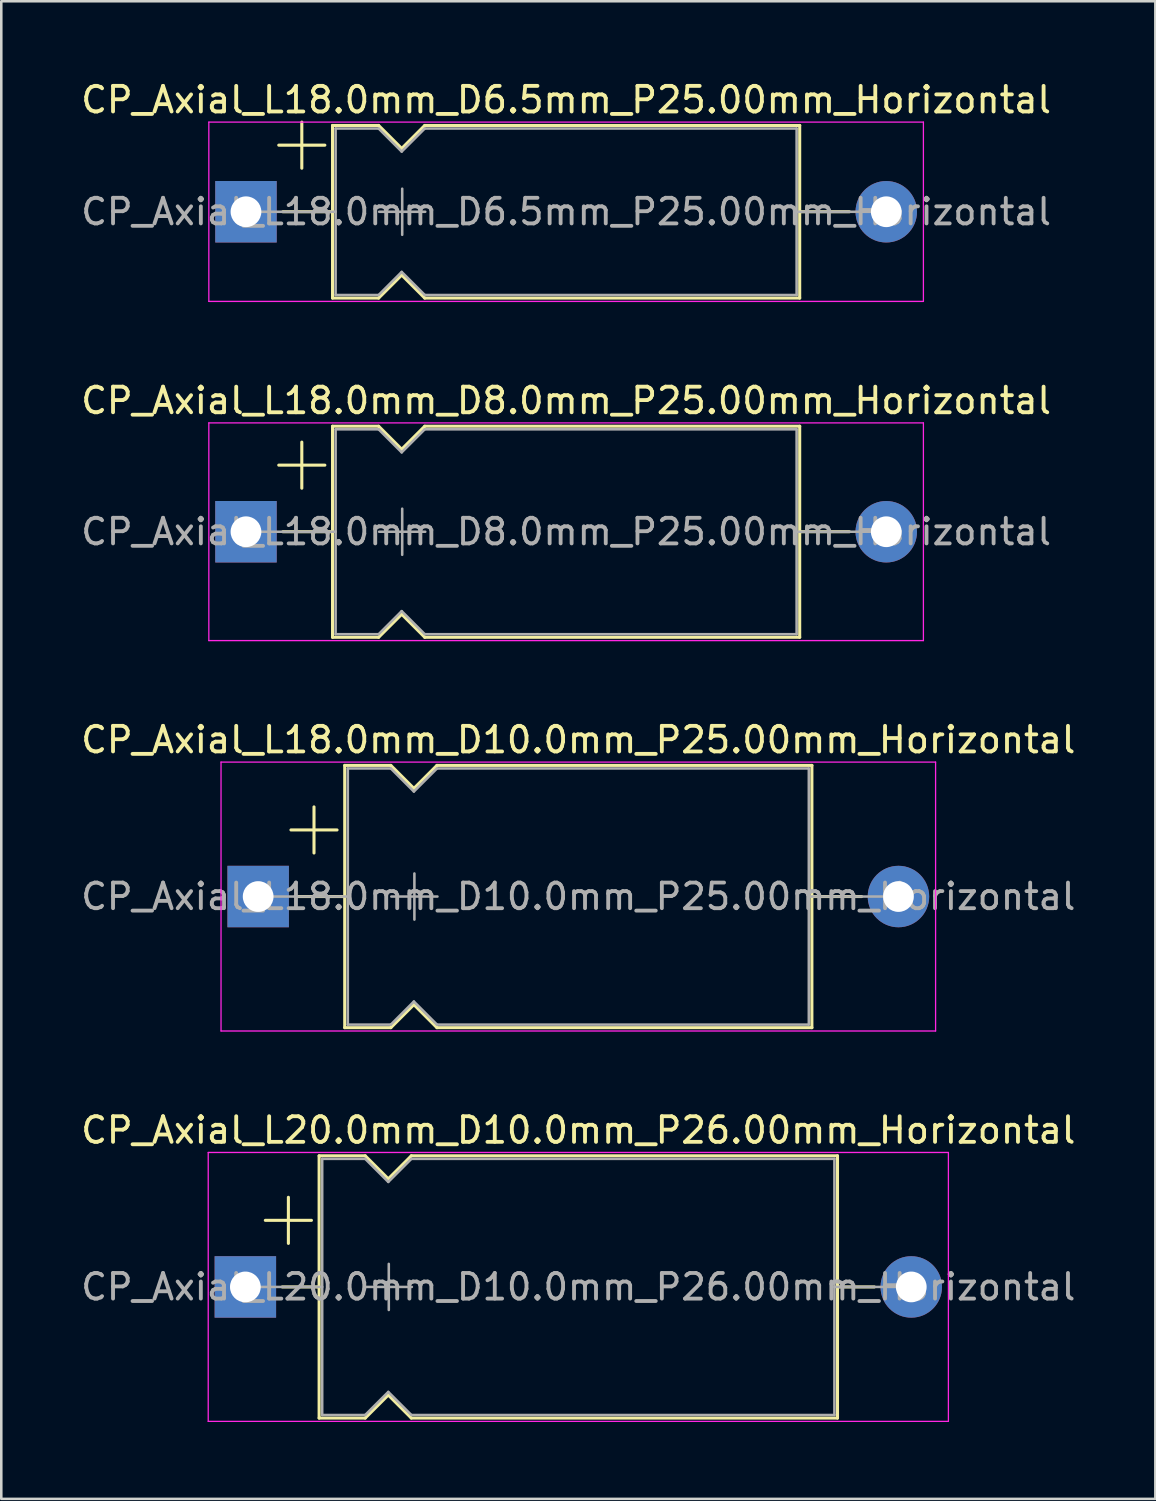
<source format=kicad_pcb>
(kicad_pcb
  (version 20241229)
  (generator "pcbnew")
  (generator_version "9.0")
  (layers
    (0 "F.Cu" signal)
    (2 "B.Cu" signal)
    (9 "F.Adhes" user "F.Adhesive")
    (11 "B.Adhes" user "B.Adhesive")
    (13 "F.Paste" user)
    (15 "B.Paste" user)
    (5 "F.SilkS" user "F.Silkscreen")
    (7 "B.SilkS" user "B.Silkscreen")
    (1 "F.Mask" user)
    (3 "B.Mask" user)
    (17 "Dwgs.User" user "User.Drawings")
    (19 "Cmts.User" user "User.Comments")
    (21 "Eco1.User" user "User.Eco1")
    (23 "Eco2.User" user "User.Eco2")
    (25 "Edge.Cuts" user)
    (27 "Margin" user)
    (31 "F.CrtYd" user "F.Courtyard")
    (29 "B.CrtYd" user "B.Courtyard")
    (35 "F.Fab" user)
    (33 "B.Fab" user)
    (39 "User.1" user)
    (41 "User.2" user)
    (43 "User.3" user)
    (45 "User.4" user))
  (footprint "CP_Axial_L18.0mm_D10.0mm_P25.00mm_Horizontal"
    (layer "F.Cu")
    (at 7.03 31.955)
    (property "Reference" "CP_Axial_L18.0mm_D10.0mm_P25.00mm_Horizontal" (at 12.5 -6.12 0) (layer "F.SilkS") (effects (font (size 1 1) (thickness 0.15))))
    (attr through_hole)
    (fp_line (start 1.28 -2.6) (end 3.08 -2.6) (stroke (width 0.12) (type solid)) (layer "F.SilkS"))
    (fp_line (start 1.44 0) (end 3.38 0) (stroke (width 0.12) (type solid)) (layer "F.SilkS"))
    (fp_line (start 2.18 -3.5) (end 2.18 -1.7) (stroke (width 0.12) (type solid)) (layer "F.SilkS"))
    (fp_line (start 3.38 -5.12) (end 3.38 5.12) (stroke (width 0.12) (type solid)) (layer "F.SilkS"))
    (fp_line (start 3.38 -5.12) (end 5.18 -5.12) (stroke (width 0.12) (type solid)) (layer "F.SilkS"))
    (fp_line (start 3.38 5.12) (end 5.18 5.12) (stroke (width 0.12) (type solid)) (layer "F.SilkS"))
    (fp_line (start 5.18 -5.12) (end 6.08 -4.22) (stroke (width 0.12) (type solid)) (layer "F.SilkS"))
    (fp_line (start 5.18 5.12) (end 6.08 4.22) (stroke (width 0.12) (type solid)) (layer "F.SilkS"))
    (fp_line (start 6.08 -4.22) (end 6.98 -5.12) (stroke (width 0.12) (type solid)) (layer "F.SilkS"))
    (fp_line (start 6.08 4.22) (end 6.98 5.12) (stroke (width 0.12) (type solid)) (layer "F.SilkS"))
    (fp_line (start 6.98 -5.12) (end 21.62 -5.12) (stroke (width 0.12) (type solid)) (layer "F.SilkS"))
    (fp_line (start 6.98 5.12) (end 21.62 5.12) (stroke (width 0.12) (type solid)) (layer "F.SilkS"))
    (fp_line (start 21.62 -5.12) (end 21.62 5.12) (stroke (width 0.12) (type solid)) (layer "F.SilkS"))
    (fp_line (start 23.56 0) (end 21.62 0) (stroke (width 0.12) (type solid)) (layer "F.SilkS"))
    (fp_line (start -1.45 -5.25) (end -1.45 5.25) (stroke (width 0.05) (type solid)) (layer "F.CrtYd"))
    (fp_line (start -1.45 5.25) (end 26.45 5.25) (stroke (width 0.05) (type solid)) (layer "F.CrtYd"))
    (fp_line (start 26.45 -5.25) (end -1.45 -5.25) (stroke (width 0.05) (type solid)) (layer "F.CrtYd"))
    (fp_line (start 26.45 5.25) (end 26.45 -5.25) (stroke (width 0.05) (type solid)) (layer "F.CrtYd"))
    (fp_line (start 0 0) (end 3.5 0) (stroke (width 0.1) (type solid)) (layer "F.Fab"))
    (fp_line (start 3.5 -5) (end 3.5 5) (stroke (width 0.1) (type solid)) (layer "F.Fab"))
    (fp_line (start 3.5 -5) (end 5.18 -5) (stroke (width 0.1) (type solid)) (layer "F.Fab"))
    (fp_line (start 3.5 5) (end 5.18 5) (stroke (width 0.1) (type solid)) (layer "F.Fab"))
    (fp_line (start 5.18 -5) (end 6.08 -4.1) (stroke (width 0.1) (type solid)) (layer "F.Fab"))
    (fp_line (start 5.18 5) (end 6.08 4.1) (stroke (width 0.1) (type solid)) (layer "F.Fab"))
    (fp_line (start 5.2 0) (end 7 0) (stroke (width 0.1) (type solid)) (layer "F.Fab"))
    (fp_line (start 6.08 -4.1) (end 6.98 -5) (stroke (width 0.1) (type solid)) (layer "F.Fab"))
    (fp_line (start 6.08 4.1) (end 6.98 5) (stroke (width 0.1) (type solid)) (layer "F.Fab"))
    (fp_line (start 6.1 -0.9) (end 6.1 0.9) (stroke (width 0.1) (type solid)) (layer "F.Fab"))
    (fp_line (start 6.98 -5) (end 21.5 -5) (stroke (width 0.1) (type solid)) (layer "F.Fab"))
    (fp_line (start 6.98 5) (end 21.5 5) (stroke (width 0.1) (type solid)) (layer "F.Fab"))
    (fp_line (start 21.5 -5) (end 21.5 5) (stroke (width 0.1) (type solid)) (layer "F.Fab"))
    (fp_line (start 25 0) (end 21.5 0) (stroke (width 0.1) (type solid)) (layer "F.Fab"))
    (fp_text user "${REFERENCE}" (at 12.5 0 0) (layer "F.Fab") (effects (font (size 1 1) (thickness 0.15))))
    (pad "1" thru_hole rect (at 0 0) (size 2.4 2.4) (drill 1.2) (layers "*.Cu" "*.Mask"))
    (pad "2" thru_hole oval (at 25 0) (size 2.4 2.4) (drill 1.2) (layers "*.Cu" "*.Mask")))
  (footprint "CP_Axial_L20.0mm_D10.0mm_P26.00mm_Horizontal"
    (layer "F.Cu")
    (at 6.53 47.198)
    (property "Reference" "CP_Axial_L20.0mm_D10.0mm_P26.00mm_Horizontal" (at 13 -6.12 0) (layer "F.SilkS") (effects (font (size 1 1) (thickness 0.15))))
    (attr through_hole)
    (fp_line (start 0.78 -2.6) (end 2.58 -2.6) (stroke (width 0.12) (type solid)) (layer "F.SilkS"))
    (fp_line (start 1.44 0) (end 2.88 0) (stroke (width 0.12) (type solid)) (layer "F.SilkS"))
    (fp_line (start 1.68 -3.5) (end 1.68 -1.7) (stroke (width 0.12) (type solid)) (layer "F.SilkS"))
    (fp_line (start 2.88 -5.12) (end 2.88 5.12) (stroke (width 0.12) (type solid)) (layer "F.SilkS"))
    (fp_line (start 2.88 -5.12) (end 4.68 -5.12) (stroke (width 0.12) (type solid)) (layer "F.SilkS"))
    (fp_line (start 2.88 5.12) (end 4.68 5.12) (stroke (width 0.12) (type solid)) (layer "F.SilkS"))
    (fp_line (start 4.68 -5.12) (end 5.58 -4.22) (stroke (width 0.12) (type solid)) (layer "F.SilkS"))
    (fp_line (start 4.68 5.12) (end 5.58 4.22) (stroke (width 0.12) (type solid)) (layer "F.SilkS"))
    (fp_line (start 5.58 -4.22) (end 6.48 -5.12) (stroke (width 0.12) (type solid)) (layer "F.SilkS"))
    (fp_line (start 5.58 4.22) (end 6.48 5.12) (stroke (width 0.12) (type solid)) (layer "F.SilkS"))
    (fp_line (start 6.48 -5.12) (end 23.12 -5.12) (stroke (width 0.12) (type solid)) (layer "F.SilkS"))
    (fp_line (start 6.48 5.12) (end 23.12 5.12) (stroke (width 0.12) (type solid)) (layer "F.SilkS"))
    (fp_line (start 23.12 -5.12) (end 23.12 5.12) (stroke (width 0.12) (type solid)) (layer "F.SilkS"))
    (fp_line (start 24.56 0) (end 23.12 0) (stroke (width 0.12) (type solid)) (layer "F.SilkS"))
    (fp_line (start -1.45 -5.25) (end -1.45 5.25) (stroke (width 0.05) (type solid)) (layer "F.CrtYd"))
    (fp_line (start -1.45 5.25) (end 27.45 5.25) (stroke (width 0.05) (type solid)) (layer "F.CrtYd"))
    (fp_line (start 27.45 -5.25) (end -1.45 -5.25) (stroke (width 0.05) (type solid)) (layer "F.CrtYd"))
    (fp_line (start 27.45 5.25) (end 27.45 -5.25) (stroke (width 0.05) (type solid)) (layer "F.CrtYd"))
    (fp_line (start 0 0) (end 3 0) (stroke (width 0.1) (type solid)) (layer "F.Fab"))
    (fp_line (start 3 -5) (end 3 5) (stroke (width 0.1) (type solid)) (layer "F.Fab"))
    (fp_line (start 3 -5) (end 4.68 -5) (stroke (width 0.1) (type solid)) (layer "F.Fab"))
    (fp_line (start 3 5) (end 4.68 5) (stroke (width 0.1) (type solid)) (layer "F.Fab"))
    (fp_line (start 4.68 -5) (end 5.58 -4.1) (stroke (width 0.1) (type solid)) (layer "F.Fab"))
    (fp_line (start 4.68 5) (end 5.58 4.1) (stroke (width 0.1) (type solid)) (layer "F.Fab"))
    (fp_line (start 4.7 0) (end 6.5 0) (stroke (width 0.1) (type solid)) (layer "F.Fab"))
    (fp_line (start 5.58 -4.1) (end 6.48 -5) (stroke (width 0.1) (type solid)) (layer "F.Fab"))
    (fp_line (start 5.58 4.1) (end 6.48 5) (stroke (width 0.1) (type solid)) (layer "F.Fab"))
    (fp_line (start 5.6 -0.9) (end 5.6 0.9) (stroke (width 0.1) (type solid)) (layer "F.Fab"))
    (fp_line (start 6.48 -5) (end 23 -5) (stroke (width 0.1) (type solid)) (layer "F.Fab"))
    (fp_line (start 6.48 5) (end 23 5) (stroke (width 0.1) (type solid)) (layer "F.Fab"))
    (fp_line (start 23 -5) (end 23 5) (stroke (width 0.1) (type solid)) (layer "F.Fab"))
    (fp_line (start 26 0) (end 23 0) (stroke (width 0.1) (type solid)) (layer "F.Fab"))
    (fp_text user "${REFERENCE}" (at 13 0 0) (layer "F.Fab") (effects (font (size 1 1) (thickness 0.15))))
    (pad "1" thru_hole rect (at 0 0) (size 2.4 2.4) (drill 1.2) (layers "*.Cu" "*.Mask"))
    (pad "2" thru_hole oval (at 26 0) (size 2.4 2.4) (drill 1.2) (layers "*.Cu" "*.Mask")))
  (footprint "CP_Axial_L18.0mm_D6.5mm_P25.00mm_Horizontal"
    (layer "F.Cu")
    (at 6.554 5.218)
    (property "Reference" "CP_Axial_L18.0mm_D6.5mm_P25.00mm_Horizontal" (at 12.5 -4.37 0) (layer "F.SilkS") (effects (font (size 1 1) (thickness 0.15))))
    (attr through_hole)
    (fp_line (start 1.28 -2.6) (end 3.08 -2.6) (stroke (width 0.12) (type solid)) (layer "F.SilkS"))
    (fp_line (start 1.44 0) (end 3.38 0) (stroke (width 0.12) (type solid)) (layer "F.SilkS"))
    (fp_line (start 2.18 -3.5) (end 2.18 -1.7) (stroke (width 0.12) (type solid)) (layer "F.SilkS"))
    (fp_line (start 3.38 -3.37) (end 3.38 3.37) (stroke (width 0.12) (type solid)) (layer "F.SilkS"))
    (fp_line (start 3.38 -3.37) (end 5.18 -3.37) (stroke (width 0.12) (type solid)) (layer "F.SilkS"))
    (fp_line (start 3.38 3.37) (end 5.18 3.37) (stroke (width 0.12) (type solid)) (layer "F.SilkS"))
    (fp_line (start 5.18 -3.37) (end 6.08 -2.47) (stroke (width 0.12) (type solid)) (layer "F.SilkS"))
    (fp_line (start 5.18 3.37) (end 6.08 2.47) (stroke (width 0.12) (type solid)) (layer "F.SilkS"))
    (fp_line (start 6.08 -2.47) (end 6.98 -3.37) (stroke (width 0.12) (type solid)) (layer "F.SilkS"))
    (fp_line (start 6.08 2.47) (end 6.98 3.37) (stroke (width 0.12) (type solid)) (layer "F.SilkS"))
    (fp_line (start 6.98 -3.37) (end 21.62 -3.37) (stroke (width 0.12) (type solid)) (layer "F.SilkS"))
    (fp_line (start 6.98 3.37) (end 21.62 3.37) (stroke (width 0.12) (type solid)) (layer "F.SilkS"))
    (fp_line (start 21.62 -3.37) (end 21.62 3.37) (stroke (width 0.12) (type solid)) (layer "F.SilkS"))
    (fp_line (start 23.56 0) (end 21.62 0) (stroke (width 0.12) (type solid)) (layer "F.SilkS"))
    (fp_line (start -1.45 -3.5) (end -1.45 3.5) (stroke (width 0.05) (type solid)) (layer "F.CrtYd"))
    (fp_line (start -1.45 3.5) (end 26.45 3.5) (stroke (width 0.05) (type solid)) (layer "F.CrtYd"))
    (fp_line (start 26.45 -3.5) (end -1.45 -3.5) (stroke (width 0.05) (type solid)) (layer "F.CrtYd"))
    (fp_line (start 26.45 3.5) (end 26.45 -3.5) (stroke (width 0.05) (type solid)) (layer "F.CrtYd"))
    (fp_line (start 0 0) (end 3.5 0) (stroke (width 0.1) (type solid)) (layer "F.Fab"))
    (fp_line (start 3.5 -3.25) (end 3.5 3.25) (stroke (width 0.1) (type solid)) (layer "F.Fab"))
    (fp_line (start 3.5 -3.25) (end 5.18 -3.25) (stroke (width 0.1) (type solid)) (layer "F.Fab"))
    (fp_line (start 3.5 3.25) (end 5.18 3.25) (stroke (width 0.1) (type solid)) (layer "F.Fab"))
    (fp_line (start 5.18 -3.25) (end 6.08 -2.35) (stroke (width 0.1) (type solid)) (layer "F.Fab"))
    (fp_line (start 5.18 3.25) (end 6.08 2.35) (stroke (width 0.1) (type solid)) (layer "F.Fab"))
    (fp_line (start 5.2 0) (end 7 0) (stroke (width 0.1) (type solid)) (layer "F.Fab"))
    (fp_line (start 6.08 -2.35) (end 6.98 -3.25) (stroke (width 0.1) (type solid)) (layer "F.Fab"))
    (fp_line (start 6.08 2.35) (end 6.98 3.25) (stroke (width 0.1) (type solid)) (layer "F.Fab"))
    (fp_line (start 6.1 -0.9) (end 6.1 0.9) (stroke (width 0.1) (type solid)) (layer "F.Fab"))
    (fp_line (start 6.98 -3.25) (end 21.5 -3.25) (stroke (width 0.1) (type solid)) (layer "F.Fab"))
    (fp_line (start 6.98 3.25) (end 21.5 3.25) (stroke (width 0.1) (type solid)) (layer "F.Fab"))
    (fp_line (start 21.5 -3.25) (end 21.5 3.25) (stroke (width 0.1) (type solid)) (layer "F.Fab"))
    (fp_line (start 25 0) (end 21.5 0) (stroke (width 0.1) (type solid)) (layer "F.Fab"))
    (fp_text user "${REFERENCE}" (at 12.5 0 0) (layer "F.Fab") (effects (font (size 1 1) (thickness 0.15))))
    (pad "1" thru_hole rect (at 0 0) (size 2.4 2.4) (drill 1.2) (layers "*.Cu" "*.Mask"))
    (pad "2" thru_hole oval (at 25 0) (size 2.4 2.4) (drill 1.2) (layers "*.Cu" "*.Mask")))
  (footprint "CP_Axial_L18.0mm_D8.0mm_P25.00mm_Horizontal"
    (layer "F.Cu")
    (at 6.554 17.712)
    (property "Reference" "CP_Axial_L18.0mm_D8.0mm_P25.00mm_Horizontal" (at 12.5 -5.12 0) (layer "F.SilkS") (effects (font (size 1 1) (thickness 0.15))))
    (attr through_hole)
    (fp_line (start 1.28 -2.6) (end 3.08 -2.6) (stroke (width 0.12) (type solid)) (layer "F.SilkS"))
    (fp_line (start 1.44 0) (end 3.38 0) (stroke (width 0.12) (type solid)) (layer "F.SilkS"))
    (fp_line (start 2.18 -3.5) (end 2.18 -1.7) (stroke (width 0.12) (type solid)) (layer "F.SilkS"))
    (fp_line (start 3.38 -4.12) (end 3.38 4.12) (stroke (width 0.12) (type solid)) (layer "F.SilkS"))
    (fp_line (start 3.38 -4.12) (end 5.18 -4.12) (stroke (width 0.12) (type solid)) (layer "F.SilkS"))
    (fp_line (start 3.38 4.12) (end 5.18 4.12) (stroke (width 0.12) (type solid)) (layer "F.SilkS"))
    (fp_line (start 5.18 -4.12) (end 6.08 -3.22) (stroke (width 0.12) (type solid)) (layer "F.SilkS"))
    (fp_line (start 5.18 4.12) (end 6.08 3.22) (stroke (width 0.12) (type solid)) (layer "F.SilkS"))
    (fp_line (start 6.08 -3.22) (end 6.98 -4.12) (stroke (width 0.12) (type solid)) (layer "F.SilkS"))
    (fp_line (start 6.08 3.22) (end 6.98 4.12) (stroke (width 0.12) (type solid)) (layer "F.SilkS"))
    (fp_line (start 6.98 -4.12) (end 21.62 -4.12) (stroke (width 0.12) (type solid)) (layer "F.SilkS"))
    (fp_line (start 6.98 4.12) (end 21.62 4.12) (stroke (width 0.12) (type solid)) (layer "F.SilkS"))
    (fp_line (start 21.62 -4.12) (end 21.62 4.12) (stroke (width 0.12) (type solid)) (layer "F.SilkS"))
    (fp_line (start 23.56 0) (end 21.62 0) (stroke (width 0.12) (type solid)) (layer "F.SilkS"))
    (fp_line (start -1.45 -4.25) (end -1.45 4.25) (stroke (width 0.05) (type solid)) (layer "F.CrtYd"))
    (fp_line (start -1.45 4.25) (end 26.45 4.25) (stroke (width 0.05) (type solid)) (layer "F.CrtYd"))
    (fp_line (start 26.45 -4.25) (end -1.45 -4.25) (stroke (width 0.05) (type solid)) (layer "F.CrtYd"))
    (fp_line (start 26.45 4.25) (end 26.45 -4.25) (stroke (width 0.05) (type solid)) (layer "F.CrtYd"))
    (fp_line (start 0 0) (end 3.5 0) (stroke (width 0.1) (type solid)) (layer "F.Fab"))
    (fp_line (start 3.5 -4) (end 3.5 4) (stroke (width 0.1) (type solid)) (layer "F.Fab"))
    (fp_line (start 3.5 -4) (end 5.18 -4) (stroke (width 0.1) (type solid)) (layer "F.Fab"))
    (fp_line (start 3.5 4) (end 5.18 4) (stroke (width 0.1) (type solid)) (layer "F.Fab"))
    (fp_line (start 5.18 -4) (end 6.08 -3.1) (stroke (width 0.1) (type solid)) (layer "F.Fab"))
    (fp_line (start 5.18 4) (end 6.08 3.1) (stroke (width 0.1) (type solid)) (layer "F.Fab"))
    (fp_line (start 5.2 0) (end 7 0) (stroke (width 0.1) (type solid)) (layer "F.Fab"))
    (fp_line (start 6.08 -3.1) (end 6.98 -4) (stroke (width 0.1) (type solid)) (layer "F.Fab"))
    (fp_line (start 6.08 3.1) (end 6.98 4) (stroke (width 0.1) (type solid)) (layer "F.Fab"))
    (fp_line (start 6.1 -0.9) (end 6.1 0.9) (stroke (width 0.1) (type solid)) (layer "F.Fab"))
    (fp_line (start 6.98 -4) (end 21.5 -4) (stroke (width 0.1) (type solid)) (layer "F.Fab"))
    (fp_line (start 6.98 4) (end 21.5 4) (stroke (width 0.1) (type solid)) (layer "F.Fab"))
    (fp_line (start 21.5 -4) (end 21.5 4) (stroke (width 0.1) (type solid)) (layer "F.Fab"))
    (fp_line (start 25 0) (end 21.5 0) (stroke (width 0.1) (type solid)) (layer "F.Fab"))
    (fp_text user "${REFERENCE}" (at 12.5 0 0) (layer "F.Fab") (effects (font (size 1 1) (thickness 0.15))))
    (pad "1" thru_hole rect (at 0 0) (size 2.4 2.4) (drill 1.2) (layers "*.Cu" "*.Mask"))
    (pad "2" thru_hole oval (at 25 0) (size 2.4 2.4) (drill 1.2) (layers "*.Cu" "*.Mask")))
  (gr_rect
    (start -3 -3)
    (end 42.06 55.473)
    (stroke (width 0.1) (type default))
    (fill no)
    (layer "Edge.Cuts")))
</source>
